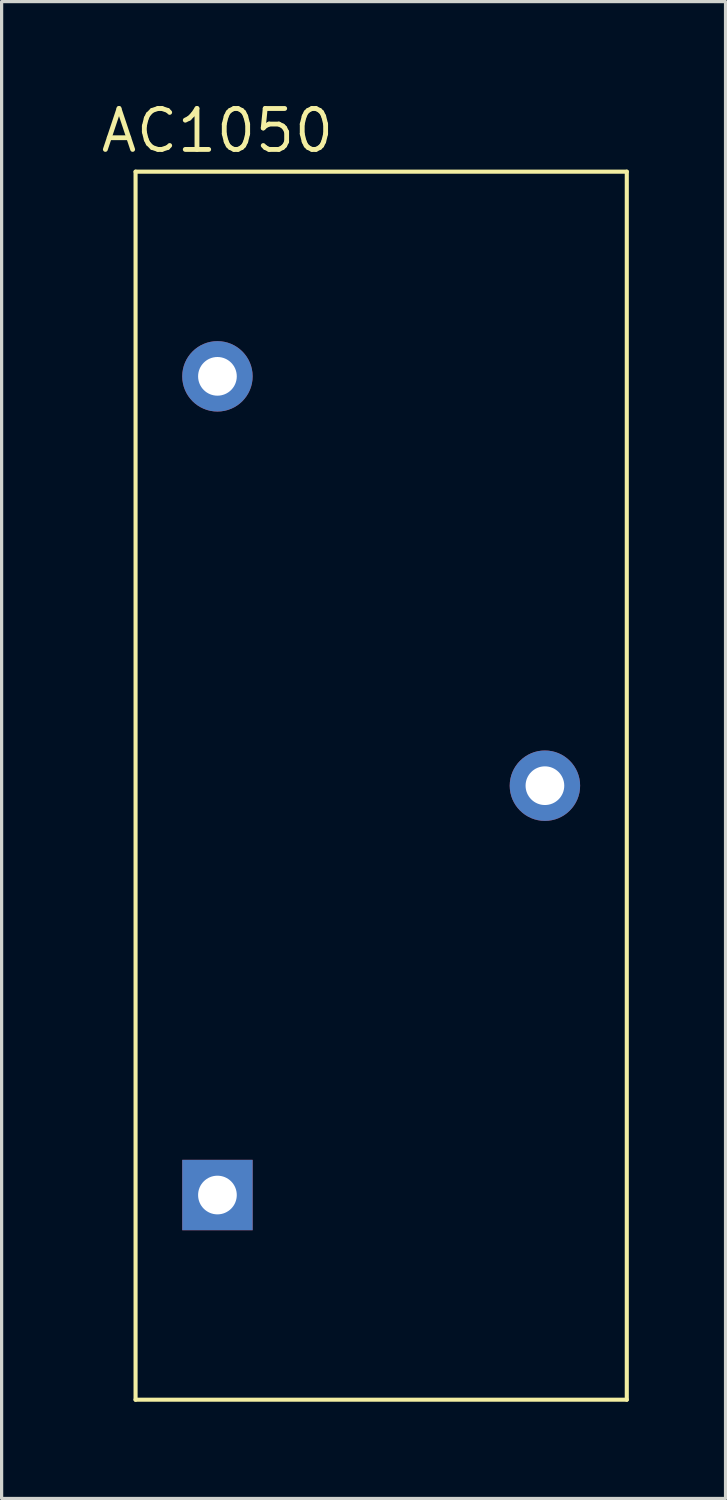
<source format=kicad_pcb>
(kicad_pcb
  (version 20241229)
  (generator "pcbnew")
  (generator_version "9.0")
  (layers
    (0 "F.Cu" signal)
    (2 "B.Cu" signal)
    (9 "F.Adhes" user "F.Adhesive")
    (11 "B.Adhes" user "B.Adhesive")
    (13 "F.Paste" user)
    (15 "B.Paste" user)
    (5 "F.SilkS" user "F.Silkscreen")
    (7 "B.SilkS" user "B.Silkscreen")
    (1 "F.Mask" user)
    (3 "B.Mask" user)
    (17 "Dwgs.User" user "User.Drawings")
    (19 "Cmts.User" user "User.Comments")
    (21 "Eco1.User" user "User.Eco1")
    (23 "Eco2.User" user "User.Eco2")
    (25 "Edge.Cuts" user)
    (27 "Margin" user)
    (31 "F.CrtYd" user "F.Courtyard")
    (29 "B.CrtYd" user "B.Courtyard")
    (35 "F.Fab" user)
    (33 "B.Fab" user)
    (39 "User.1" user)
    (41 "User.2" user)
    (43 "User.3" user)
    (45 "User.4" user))
  (footprint "AC1050"
    (layer "F.Cu")
    (at 3.696 34.026)
    (property "Reference" "AC1050" (at 0 -33.02 0) (layer "F.SilkS") (effects (font (size 1.27 1.27) (thickness 0.15))))
    (attr through_hole)
    (fp_line (start -2.54 -31.75) (end 12.7 -31.75) (stroke (width 0.127) (type solid)) (layer "F.SilkS"))
    (fp_line (start -2.54 6.35) (end -2.54 -31.75) (stroke (width 0.127) (type solid)) (layer "F.SilkS"))
    (fp_line (start -2.54 6.35) (end 12.7 6.35) (stroke (width 0.127) (type solid)) (layer "F.SilkS"))
    (fp_line (start 12.7 -31.75) (end 12.7 6.35) (stroke (width 0.127) (type solid)) (layer "F.SilkS"))
    (pad "P$1" thru_hole rect (at 0 0) (size 2.184 2.184) (drill 1.2) (layers "*.Cu" "*.Mask"))
    (pad "P$2" thru_hole circle (at 0 -25.4) (size 2.184 2.184) (drill 1.2) (layers "*.Cu" "*.Mask"))
    (pad "P$3" thru_hole circle (at 10.16 -12.7) (size 2.184 2.184) (drill 1.2) (layers "*.Cu" "*.Mask")))
  (gr_rect
    (start -3 -3)
    (end 19.46 43.44)
    (stroke (width 0.1) (type default))
    (fill no)
    (layer "Edge.Cuts")))
</source>
